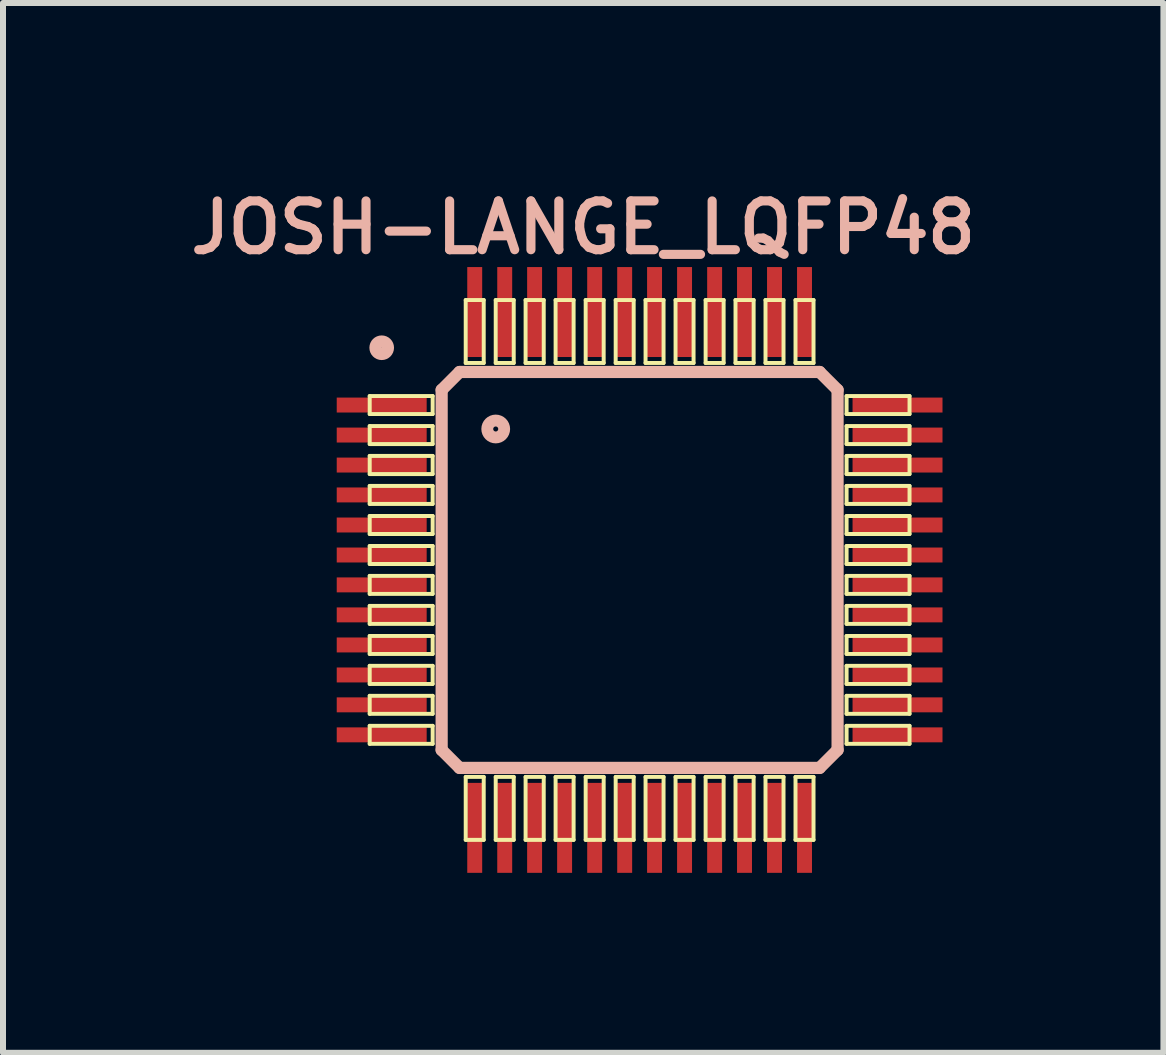
<source format=kicad_pcb>
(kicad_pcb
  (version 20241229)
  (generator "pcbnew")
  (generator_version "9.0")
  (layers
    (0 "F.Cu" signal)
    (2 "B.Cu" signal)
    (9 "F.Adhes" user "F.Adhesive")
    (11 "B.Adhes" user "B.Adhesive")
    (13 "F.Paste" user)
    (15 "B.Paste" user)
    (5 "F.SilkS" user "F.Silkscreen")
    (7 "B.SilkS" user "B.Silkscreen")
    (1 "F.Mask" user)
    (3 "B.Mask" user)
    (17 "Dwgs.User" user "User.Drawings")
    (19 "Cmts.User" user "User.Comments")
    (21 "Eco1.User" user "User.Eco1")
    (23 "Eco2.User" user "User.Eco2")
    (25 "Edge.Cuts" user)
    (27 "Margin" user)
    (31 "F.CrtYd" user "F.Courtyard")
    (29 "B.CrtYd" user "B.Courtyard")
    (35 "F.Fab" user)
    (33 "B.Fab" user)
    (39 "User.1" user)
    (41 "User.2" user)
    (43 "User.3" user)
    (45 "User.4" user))
  (footprint "JOSH-LANGE_LQFP48"
    (layer "F.Cu")
    (at 7.609 6.448)
    (property "Reference" "JOSH-LANGE_LQFP48" (at -0.94 -5.705 0) (layer "B.SilkS") (effects (font (size 0.813 0.813) (thickness 0.152))))
    (attr smd)
    (fp_line (start -4.498 -2.898) (end -3.449 -2.898) (stroke (width 0.066) (type solid)) (layer "F.SilkS"))
    (fp_line (start -4.498 -2.598) (end -4.498 -2.898) (stroke (width 0.066) (type solid)) (layer "F.SilkS"))
    (fp_line (start -4.498 -2.598) (end -3.449 -2.598) (stroke (width 0.066) (type solid)) (layer "F.SilkS"))
    (fp_line (start -4.498 -2.398) (end -3.449 -2.398) (stroke (width 0.066) (type solid)) (layer "F.SilkS"))
    (fp_line (start -4.498 -2.098) (end -4.498 -2.398) (stroke (width 0.066) (type solid)) (layer "F.SilkS"))
    (fp_line (start -4.498 -2.098) (end -3.449 -2.098) (stroke (width 0.066) (type solid)) (layer "F.SilkS"))
    (fp_line (start -4.498 -1.9) (end -3.449 -1.9) (stroke (width 0.066) (type solid)) (layer "F.SilkS"))
    (fp_line (start -4.498 -1.598) (end -4.498 -1.9) (stroke (width 0.066) (type solid)) (layer "F.SilkS"))
    (fp_line (start -4.498 -1.598) (end -3.449 -1.598) (stroke (width 0.066) (type solid)) (layer "F.SilkS"))
    (fp_line (start -4.498 -1.4) (end -3.449 -1.4) (stroke (width 0.066) (type solid)) (layer "F.SilkS"))
    (fp_line (start -4.498 -1.1) (end -4.498 -1.4) (stroke (width 0.066) (type solid)) (layer "F.SilkS"))
    (fp_line (start -4.498 -1.1) (end -3.449 -1.1) (stroke (width 0.066) (type solid)) (layer "F.SilkS"))
    (fp_line (start -4.498 -0.899) (end -3.449 -0.899) (stroke (width 0.066) (type solid)) (layer "F.SilkS"))
    (fp_line (start -4.498 -0.599) (end -4.498 -0.899) (stroke (width 0.066) (type solid)) (layer "F.SilkS"))
    (fp_line (start -4.498 -0.599) (end -3.449 -0.599) (stroke (width 0.066) (type solid)) (layer "F.SilkS"))
    (fp_line (start -4.498 -0.399) (end -3.449 -0.399) (stroke (width 0.066) (type solid)) (layer "F.SilkS"))
    (fp_line (start -4.498 -0.099) (end -4.498 -0.399) (stroke (width 0.066) (type solid)) (layer "F.SilkS"))
    (fp_line (start -4.498 -0.099) (end -3.449 -0.099) (stroke (width 0.066) (type solid)) (layer "F.SilkS"))
    (fp_line (start -4.498 0.099) (end -3.449 0.099) (stroke (width 0.066) (type solid)) (layer "F.SilkS"))
    (fp_line (start -4.498 0.399) (end -4.498 0.099) (stroke (width 0.066) (type solid)) (layer "F.SilkS"))
    (fp_line (start -4.498 0.399) (end -3.449 0.399) (stroke (width 0.066) (type solid)) (layer "F.SilkS"))
    (fp_line (start -4.498 0.599) (end -3.449 0.599) (stroke (width 0.066) (type solid)) (layer "F.SilkS"))
    (fp_line (start -4.498 0.899) (end -4.498 0.599) (stroke (width 0.066) (type solid)) (layer "F.SilkS"))
    (fp_line (start -4.498 0.899) (end -3.449 0.899) (stroke (width 0.066) (type solid)) (layer "F.SilkS"))
    (fp_line (start -4.498 1.1) (end -3.449 1.1) (stroke (width 0.066) (type solid)) (layer "F.SilkS"))
    (fp_line (start -4.498 1.4) (end -4.498 1.1) (stroke (width 0.066) (type solid)) (layer "F.SilkS"))
    (fp_line (start -4.498 1.4) (end -3.449 1.4) (stroke (width 0.066) (type solid)) (layer "F.SilkS"))
    (fp_line (start -4.498 1.598) (end -3.449 1.598) (stroke (width 0.066) (type solid)) (layer "F.SilkS"))
    (fp_line (start -4.498 1.9) (end -4.498 1.598) (stroke (width 0.066) (type solid)) (layer "F.SilkS"))
    (fp_line (start -4.498 1.9) (end -3.449 1.9) (stroke (width 0.066) (type solid)) (layer "F.SilkS"))
    (fp_line (start -4.498 2.098) (end -3.449 2.098) (stroke (width 0.066) (type solid)) (layer "F.SilkS"))
    (fp_line (start -4.498 2.398) (end -4.498 2.098) (stroke (width 0.066) (type solid)) (layer "F.SilkS"))
    (fp_line (start -4.498 2.398) (end -3.449 2.398) (stroke (width 0.066) (type solid)) (layer "F.SilkS"))
    (fp_line (start -4.498 2.598) (end -3.449 2.598) (stroke (width 0.066) (type solid)) (layer "F.SilkS"))
    (fp_line (start -4.498 2.898) (end -4.498 2.598) (stroke (width 0.066) (type solid)) (layer "F.SilkS"))
    (fp_line (start -4.498 2.898) (end -3.449 2.898) (stroke (width 0.066) (type solid)) (layer "F.SilkS"))
    (fp_line (start -3.449 -2.598) (end -3.449 -2.898) (stroke (width 0.066) (type solid)) (layer "F.SilkS"))
    (fp_line (start -3.449 -2.098) (end -3.449 -2.398) (stroke (width 0.066) (type solid)) (layer "F.SilkS"))
    (fp_line (start -3.449 -1.598) (end -3.449 -1.9) (stroke (width 0.066) (type solid)) (layer "F.SilkS"))
    (fp_line (start -3.449 -1.1) (end -3.449 -1.4) (stroke (width 0.066) (type solid)) (layer "F.SilkS"))
    (fp_line (start -3.449 -0.599) (end -3.449 -0.899) (stroke (width 0.066) (type solid)) (layer "F.SilkS"))
    (fp_line (start -3.449 -0.099) (end -3.449 -0.399) (stroke (width 0.066) (type solid)) (layer "F.SilkS"))
    (fp_line (start -3.449 0.399) (end -3.449 0.099) (stroke (width 0.066) (type solid)) (layer "F.SilkS"))
    (fp_line (start -3.449 0.899) (end -3.449 0.599) (stroke (width 0.066) (type solid)) (layer "F.SilkS"))
    (fp_line (start -3.449 1.4) (end -3.449 1.1) (stroke (width 0.066) (type solid)) (layer "F.SilkS"))
    (fp_line (start -3.449 1.9) (end -3.449 1.598) (stroke (width 0.066) (type solid)) (layer "F.SilkS"))
    (fp_line (start -3.449 2.398) (end -3.449 2.098) (stroke (width 0.066) (type solid)) (layer "F.SilkS"))
    (fp_line (start -3.449 2.898) (end -3.449 2.598) (stroke (width 0.066) (type solid)) (layer "F.SilkS"))
    (fp_line (start -2.898 -4.498) (end -2.598 -4.498) (stroke (width 0.066) (type solid)) (layer "F.SilkS"))
    (fp_line (start -2.898 -3.449) (end -2.898 -4.498) (stroke (width 0.066) (type solid)) (layer "F.SilkS"))
    (fp_line (start -2.898 -3.449) (end -2.598 -3.449) (stroke (width 0.066) (type solid)) (layer "F.SilkS"))
    (fp_line (start -2.898 3.449) (end -2.598 3.449) (stroke (width 0.066) (type solid)) (layer "F.SilkS"))
    (fp_line (start -2.898 4.498) (end -2.898 3.449) (stroke (width 0.066) (type solid)) (layer "F.SilkS"))
    (fp_line (start -2.898 4.498) (end -2.598 4.498) (stroke (width 0.066) (type solid)) (layer "F.SilkS"))
    (fp_line (start -2.598 -3.449) (end -2.598 -4.498) (stroke (width 0.066) (type solid)) (layer "F.SilkS"))
    (fp_line (start -2.598 4.498) (end -2.598 3.449) (stroke (width 0.066) (type solid)) (layer "F.SilkS"))
    (fp_line (start -2.398 -4.498) (end -2.098 -4.498) (stroke (width 0.066) (type solid)) (layer "F.SilkS"))
    (fp_line (start -2.398 -3.449) (end -2.398 -4.498) (stroke (width 0.066) (type solid)) (layer "F.SilkS"))
    (fp_line (start -2.398 -3.449) (end -2.098 -3.449) (stroke (width 0.066) (type solid)) (layer "F.SilkS"))
    (fp_line (start -2.398 3.449) (end -2.098 3.449) (stroke (width 0.066) (type solid)) (layer "F.SilkS"))
    (fp_line (start -2.398 4.498) (end -2.398 3.449) (stroke (width 0.066) (type solid)) (layer "F.SilkS"))
    (fp_line (start -2.398 4.498) (end -2.098 4.498) (stroke (width 0.066) (type solid)) (layer "F.SilkS"))
    (fp_line (start -2.098 -3.449) (end -2.098 -4.498) (stroke (width 0.066) (type solid)) (layer "F.SilkS"))
    (fp_line (start -2.098 4.498) (end -2.098 3.449) (stroke (width 0.066) (type solid)) (layer "F.SilkS"))
    (fp_line (start -1.9 -4.498) (end -1.598 -4.498) (stroke (width 0.066) (type solid)) (layer "F.SilkS"))
    (fp_line (start -1.9 -3.449) (end -1.9 -4.498) (stroke (width 0.066) (type solid)) (layer "F.SilkS"))
    (fp_line (start -1.9 -3.449) (end -1.598 -3.449) (stroke (width 0.066) (type solid)) (layer "F.SilkS"))
    (fp_line (start -1.9 3.449) (end -1.598 3.449) (stroke (width 0.066) (type solid)) (layer "F.SilkS"))
    (fp_line (start -1.9 4.498) (end -1.9 3.449) (stroke (width 0.066) (type solid)) (layer "F.SilkS"))
    (fp_line (start -1.9 4.498) (end -1.598 4.498) (stroke (width 0.066) (type solid)) (layer "F.SilkS"))
    (fp_line (start -1.598 -3.449) (end -1.598 -4.498) (stroke (width 0.066) (type solid)) (layer "F.SilkS"))
    (fp_line (start -1.598 4.498) (end -1.598 3.449) (stroke (width 0.066) (type solid)) (layer "F.SilkS"))
    (fp_line (start -1.4 -4.498) (end -1.1 -4.498) (stroke (width 0.066) (type solid)) (layer "F.SilkS"))
    (fp_line (start -1.4 -3.449) (end -1.4 -4.498) (stroke (width 0.066) (type solid)) (layer "F.SilkS"))
    (fp_line (start -1.4 -3.449) (end -1.1 -3.449) (stroke (width 0.066) (type solid)) (layer "F.SilkS"))
    (fp_line (start -1.4 3.449) (end -1.1 3.449) (stroke (width 0.066) (type solid)) (layer "F.SilkS"))
    (fp_line (start -1.4 4.498) (end -1.4 3.449) (stroke (width 0.066) (type solid)) (layer "F.SilkS"))
    (fp_line (start -1.4 4.498) (end -1.1 4.498) (stroke (width 0.066) (type solid)) (layer "F.SilkS"))
    (fp_line (start -1.1 -3.449) (end -1.1 -4.498) (stroke (width 0.066) (type solid)) (layer "F.SilkS"))
    (fp_line (start -1.1 4.498) (end -1.1 3.449) (stroke (width 0.066) (type solid)) (layer "F.SilkS"))
    (fp_line (start -0.899 -4.498) (end -0.599 -4.498) (stroke (width 0.066) (type solid)) (layer "F.SilkS"))
    (fp_line (start -0.899 -3.449) (end -0.899 -4.498) (stroke (width 0.066) (type solid)) (layer "F.SilkS"))
    (fp_line (start -0.899 -3.449) (end -0.599 -3.449) (stroke (width 0.066) (type solid)) (layer "F.SilkS"))
    (fp_line (start -0.899 3.449) (end -0.599 3.449) (stroke (width 0.066) (type solid)) (layer "F.SilkS"))
    (fp_line (start -0.899 4.498) (end -0.899 3.449) (stroke (width 0.066) (type solid)) (layer "F.SilkS"))
    (fp_line (start -0.899 4.498) (end -0.599 4.498) (stroke (width 0.066) (type solid)) (layer "F.SilkS"))
    (fp_line (start -0.599 -3.449) (end -0.599 -4.498) (stroke (width 0.066) (type solid)) (layer "F.SilkS"))
    (fp_line (start -0.599 4.498) (end -0.599 3.449) (stroke (width 0.066) (type solid)) (layer "F.SilkS"))
    (fp_line (start -0.399 -4.498) (end -0.099 -4.498) (stroke (width 0.066) (type solid)) (layer "F.SilkS"))
    (fp_line (start -0.399 -3.449) (end -0.399 -4.498) (stroke (width 0.066) (type solid)) (layer "F.SilkS"))
    (fp_line (start -0.399 -3.449) (end -0.099 -3.449) (stroke (width 0.066) (type solid)) (layer "F.SilkS"))
    (fp_line (start -0.399 3.449) (end -0.099 3.449) (stroke (width 0.066) (type solid)) (layer "F.SilkS"))
    (fp_line (start -0.399 4.498) (end -0.399 3.449) (stroke (width 0.066) (type solid)) (layer "F.SilkS"))
    (fp_line (start -0.399 4.498) (end -0.099 4.498) (stroke (width 0.066) (type solid)) (layer "F.SilkS"))
    (fp_line (start -0.099 -3.449) (end -0.099 -4.498) (stroke (width 0.066) (type solid)) (layer "F.SilkS"))
    (fp_line (start -0.099 4.498) (end -0.099 3.449) (stroke (width 0.066) (type solid)) (layer "F.SilkS"))
    (fp_line (start 0.099 -4.498) (end 0.399 -4.498) (stroke (width 0.066) (type solid)) (layer "F.SilkS"))
    (fp_line (start 0.099 -3.449) (end 0.099 -4.498) (stroke (width 0.066) (type solid)) (layer "F.SilkS"))
    (fp_line (start 0.099 -3.449) (end 0.399 -3.449) (stroke (width 0.066) (type solid)) (layer "F.SilkS"))
    (fp_line (start 0.099 3.449) (end 0.399 3.449) (stroke (width 0.066) (type solid)) (layer "F.SilkS"))
    (fp_line (start 0.099 4.498) (end 0.099 3.449) (stroke (width 0.066) (type solid)) (layer "F.SilkS"))
    (fp_line (start 0.099 4.498) (end 0.399 4.498) (stroke (width 0.066) (type solid)) (layer "F.SilkS"))
    (fp_line (start 0.399 -3.449) (end 0.399 -4.498) (stroke (width 0.066) (type solid)) (layer "F.SilkS"))
    (fp_line (start 0.399 4.498) (end 0.399 3.449) (stroke (width 0.066) (type solid)) (layer "F.SilkS"))
    (fp_line (start 0.599 -4.498) (end 0.899 -4.498) (stroke (width 0.066) (type solid)) (layer "F.SilkS"))
    (fp_line (start 0.599 -3.449) (end 0.599 -4.498) (stroke (width 0.066) (type solid)) (layer "F.SilkS"))
    (fp_line (start 0.599 -3.449) (end 0.899 -3.449) (stroke (width 0.066) (type solid)) (layer "F.SilkS"))
    (fp_line (start 0.599 3.449) (end 0.899 3.449) (stroke (width 0.066) (type solid)) (layer "F.SilkS"))
    (fp_line (start 0.599 4.498) (end 0.599 3.449) (stroke (width 0.066) (type solid)) (layer "F.SilkS"))
    (fp_line (start 0.599 4.498) (end 0.899 4.498) (stroke (width 0.066) (type solid)) (layer "F.SilkS"))
    (fp_line (start 0.899 -3.449) (end 0.899 -4.498) (stroke (width 0.066) (type solid)) (layer "F.SilkS"))
    (fp_line (start 0.899 4.498) (end 0.899 3.449) (stroke (width 0.066) (type solid)) (layer "F.SilkS"))
    (fp_line (start 1.1 -4.498) (end 1.4 -4.498) (stroke (width 0.066) (type solid)) (layer "F.SilkS"))
    (fp_line (start 1.1 -3.449) (end 1.1 -4.498) (stroke (width 0.066) (type solid)) (layer "F.SilkS"))
    (fp_line (start 1.1 -3.449) (end 1.4 -3.449) (stroke (width 0.066) (type solid)) (layer "F.SilkS"))
    (fp_line (start 1.1 3.449) (end 1.4 3.449) (stroke (width 0.066) (type solid)) (layer "F.SilkS"))
    (fp_line (start 1.1 4.498) (end 1.1 3.449) (stroke (width 0.066) (type solid)) (layer "F.SilkS"))
    (fp_line (start 1.1 4.498) (end 1.4 4.498) (stroke (width 0.066) (type solid)) (layer "F.SilkS"))
    (fp_line (start 1.4 -3.449) (end 1.4 -4.498) (stroke (width 0.066) (type solid)) (layer "F.SilkS"))
    (fp_line (start 1.4 4.498) (end 1.4 3.449) (stroke (width 0.066) (type solid)) (layer "F.SilkS"))
    (fp_line (start 1.598 -4.498) (end 1.9 -4.498) (stroke (width 0.066) (type solid)) (layer "F.SilkS"))
    (fp_line (start 1.598 -3.449) (end 1.598 -4.498) (stroke (width 0.066) (type solid)) (layer "F.SilkS"))
    (fp_line (start 1.598 -3.449) (end 1.9 -3.449) (stroke (width 0.066) (type solid)) (layer "F.SilkS"))
    (fp_line (start 1.598 3.449) (end 1.9 3.449) (stroke (width 0.066) (type solid)) (layer "F.SilkS"))
    (fp_line (start 1.598 4.498) (end 1.598 3.449) (stroke (width 0.066) (type solid)) (layer "F.SilkS"))
    (fp_line (start 1.598 4.498) (end 1.9 4.498) (stroke (width 0.066) (type solid)) (layer "F.SilkS"))
    (fp_line (start 1.9 -3.449) (end 1.9 -4.498) (stroke (width 0.066) (type solid)) (layer "F.SilkS"))
    (fp_line (start 1.9 4.498) (end 1.9 3.449) (stroke (width 0.066) (type solid)) (layer "F.SilkS"))
    (fp_line (start 2.098 -4.498) (end 2.398 -4.498) (stroke (width 0.066) (type solid)) (layer "F.SilkS"))
    (fp_line (start 2.098 -3.449) (end 2.098 -4.498) (stroke (width 0.066) (type solid)) (layer "F.SilkS"))
    (fp_line (start 2.098 -3.449) (end 2.398 -3.449) (stroke (width 0.066) (type solid)) (layer "F.SilkS"))
    (fp_line (start 2.098 3.449) (end 2.398 3.449) (stroke (width 0.066) (type solid)) (layer "F.SilkS"))
    (fp_line (start 2.098 4.498) (end 2.098 3.449) (stroke (width 0.066) (type solid)) (layer "F.SilkS"))
    (fp_line (start 2.098 4.498) (end 2.398 4.498) (stroke (width 0.066) (type solid)) (layer "F.SilkS"))
    (fp_line (start 2.398 -3.449) (end 2.398 -4.498) (stroke (width 0.066) (type solid)) (layer "F.SilkS"))
    (fp_line (start 2.398 4.498) (end 2.398 3.449) (stroke (width 0.066) (type solid)) (layer "F.SilkS"))
    (fp_line (start 2.598 -4.498) (end 2.898 -4.498) (stroke (width 0.066) (type solid)) (layer "F.SilkS"))
    (fp_line (start 2.598 -3.449) (end 2.598 -4.498) (stroke (width 0.066) (type solid)) (layer "F.SilkS"))
    (fp_line (start 2.598 -3.449) (end 2.898 -3.449) (stroke (width 0.066) (type solid)) (layer "F.SilkS"))
    (fp_line (start 2.598 3.449) (end 2.898 3.449) (stroke (width 0.066) (type solid)) (layer "F.SilkS"))
    (fp_line (start 2.598 4.498) (end 2.598 3.449) (stroke (width 0.066) (type solid)) (layer "F.SilkS"))
    (fp_line (start 2.598 4.498) (end 2.898 4.498) (stroke (width 0.066) (type solid)) (layer "F.SilkS"))
    (fp_line (start 2.898 -3.449) (end 2.898 -4.498) (stroke (width 0.066) (type solid)) (layer "F.SilkS"))
    (fp_line (start 2.898 4.498) (end 2.898 3.449) (stroke (width 0.066) (type solid)) (layer "F.SilkS"))
    (fp_line (start 3.449 -2.898) (end 4.498 -2.898) (stroke (width 0.066) (type solid)) (layer "F.SilkS"))
    (fp_line (start 3.449 -2.598) (end 3.449 -2.898) (stroke (width 0.066) (type solid)) (layer "F.SilkS"))
    (fp_line (start 3.449 -2.598) (end 4.498 -2.598) (stroke (width 0.066) (type solid)) (layer "F.SilkS"))
    (fp_line (start 3.449 -2.398) (end 4.498 -2.398) (stroke (width 0.066) (type solid)) (layer "F.SilkS"))
    (fp_line (start 3.449 -2.098) (end 3.449 -2.398) (stroke (width 0.066) (type solid)) (layer "F.SilkS"))
    (fp_line (start 3.449 -2.098) (end 4.498 -2.098) (stroke (width 0.066) (type solid)) (layer "F.SilkS"))
    (fp_line (start 3.449 -1.9) (end 4.498 -1.9) (stroke (width 0.066) (type solid)) (layer "F.SilkS"))
    (fp_line (start 3.449 -1.598) (end 3.449 -1.9) (stroke (width 0.066) (type solid)) (layer "F.SilkS"))
    (fp_line (start 3.449 -1.598) (end 4.498 -1.598) (stroke (width 0.066) (type solid)) (layer "F.SilkS"))
    (fp_line (start 3.449 -1.4) (end 4.498 -1.4) (stroke (width 0.066) (type solid)) (layer "F.SilkS"))
    (fp_line (start 3.449 -1.1) (end 3.449 -1.4) (stroke (width 0.066) (type solid)) (layer "F.SilkS"))
    (fp_line (start 3.449 -1.1) (end 4.498 -1.1) (stroke (width 0.066) (type solid)) (layer "F.SilkS"))
    (fp_line (start 3.449 -0.899) (end 4.498 -0.899) (stroke (width 0.066) (type solid)) (layer "F.SilkS"))
    (fp_line (start 3.449 -0.599) (end 3.449 -0.899) (stroke (width 0.066) (type solid)) (layer "F.SilkS"))
    (fp_line (start 3.449 -0.599) (end 4.498 -0.599) (stroke (width 0.066) (type solid)) (layer "F.SilkS"))
    (fp_line (start 3.449 -0.399) (end 4.498 -0.399) (stroke (width 0.066) (type solid)) (layer "F.SilkS"))
    (fp_line (start 3.449 -0.099) (end 3.449 -0.399) (stroke (width 0.066) (type solid)) (layer "F.SilkS"))
    (fp_line (start 3.449 -0.099) (end 4.498 -0.099) (stroke (width 0.066) (type solid)) (layer "F.SilkS"))
    (fp_line (start 3.449 0.099) (end 4.498 0.099) (stroke (width 0.066) (type solid)) (layer "F.SilkS"))
    (fp_line (start 3.449 0.399) (end 3.449 0.099) (stroke (width 0.066) (type solid)) (layer "F.SilkS"))
    (fp_line (start 3.449 0.399) (end 4.498 0.399) (stroke (width 0.066) (type solid)) (layer "F.SilkS"))
    (fp_line (start 3.449 0.599) (end 4.498 0.599) (stroke (width 0.066) (type solid)) (layer "F.SilkS"))
    (fp_line (start 3.449 0.899) (end 3.449 0.599) (stroke (width 0.066) (type solid)) (layer "F.SilkS"))
    (fp_line (start 3.449 0.899) (end 4.498 0.899) (stroke (width 0.066) (type solid)) (layer "F.SilkS"))
    (fp_line (start 3.449 1.1) (end 4.498 1.1) (stroke (width 0.066) (type solid)) (layer "F.SilkS"))
    (fp_line (start 3.449 1.4) (end 3.449 1.1) (stroke (width 0.066) (type solid)) (layer "F.SilkS"))
    (fp_line (start 3.449 1.4) (end 4.498 1.4) (stroke (width 0.066) (type solid)) (layer "F.SilkS"))
    (fp_line (start 3.449 1.598) (end 4.498 1.598) (stroke (width 0.066) (type solid)) (layer "F.SilkS"))
    (fp_line (start 3.449 1.9) (end 3.449 1.598) (stroke (width 0.066) (type solid)) (layer "F.SilkS"))
    (fp_line (start 3.449 1.9) (end 4.498 1.9) (stroke (width 0.066) (type solid)) (layer "F.SilkS"))
    (fp_line (start 3.449 2.098) (end 4.498 2.098) (stroke (width 0.066) (type solid)) (layer "F.SilkS"))
    (fp_line (start 3.449 2.398) (end 3.449 2.098) (stroke (width 0.066) (type solid)) (layer "F.SilkS"))
    (fp_line (start 3.449 2.398) (end 4.498 2.398) (stroke (width 0.066) (type solid)) (layer "F.SilkS"))
    (fp_line (start 3.449 2.598) (end 4.498 2.598) (stroke (width 0.066) (type solid)) (layer "F.SilkS"))
    (fp_line (start 3.449 2.898) (end 3.449 2.598) (stroke (width 0.066) (type solid)) (layer "F.SilkS"))
    (fp_line (start 3.449 2.898) (end 4.498 2.898) (stroke (width 0.066) (type solid)) (layer "F.SilkS"))
    (fp_line (start 4.498 -2.598) (end 4.498 -2.898) (stroke (width 0.066) (type solid)) (layer "F.SilkS"))
    (fp_line (start 4.498 -2.098) (end 4.498 -2.398) (stroke (width 0.066) (type solid)) (layer "F.SilkS"))
    (fp_line (start 4.498 -1.598) (end 4.498 -1.9) (stroke (width 0.066) (type solid)) (layer "F.SilkS"))
    (fp_line (start 4.498 -1.1) (end 4.498 -1.4) (stroke (width 0.066) (type solid)) (layer "F.SilkS"))
    (fp_line (start 4.498 -0.599) (end 4.498 -0.899) (stroke (width 0.066) (type solid)) (layer "F.SilkS"))
    (fp_line (start 4.498 -0.099) (end 4.498 -0.399) (stroke (width 0.066) (type solid)) (layer "F.SilkS"))
    (fp_line (start 4.498 0.399) (end 4.498 0.099) (stroke (width 0.066) (type solid)) (layer "F.SilkS"))
    (fp_line (start 4.498 0.899) (end 4.498 0.599) (stroke (width 0.066) (type solid)) (layer "F.SilkS"))
    (fp_line (start 4.498 1.4) (end 4.498 1.1) (stroke (width 0.066) (type solid)) (layer "F.SilkS"))
    (fp_line (start 4.498 1.9) (end 4.498 1.598) (stroke (width 0.066) (type solid)) (layer "F.SilkS"))
    (fp_line (start 4.498 2.398) (end 4.498 2.098) (stroke (width 0.066) (type solid)) (layer "F.SilkS"))
    (fp_line (start 4.498 2.898) (end 4.498 2.598) (stroke (width 0.066) (type solid)) (layer "F.SilkS"))
    (fp_line (start -3.299 -3) (end -3.299 3) (stroke (width 0.203) (type solid)) (layer "B.SilkS"))
    (fp_line (start -3.299 3) (end -3 3.299) (stroke (width 0.203) (type solid)) (layer "B.SilkS"))
    (fp_line (start -3 -3.299) (end -3.299 -3) (stroke (width 0.203) (type solid)) (layer "B.SilkS"))
    (fp_line (start -3 3.299) (end 3 3.299) (stroke (width 0.203) (type solid)) (layer "B.SilkS"))
    (fp_line (start 3 -3.299) (end -3 -3.299) (stroke (width 0.203) (type solid)) (layer "B.SilkS"))
    (fp_line (start 3 3.299) (end 3.299 3) (stroke (width 0.203) (type solid)) (layer "B.SilkS"))
    (fp_line (start 3.299 -3) (end 3 -3.299) (stroke (width 0.203) (type solid)) (layer "B.SilkS"))
    (fp_line (start 3.299 3) (end 3.299 -3) (stroke (width 0.203) (type solid)) (layer "B.SilkS"))
    (fp_circle (center -4.298 -3.703) (end -4.371 -3.777) (stroke (width 0.203) (type solid)) (fill no) (layer "B.SilkS"))
    (fp_circle (center -2.398 -2.349) (end -2.497 -2.449) (stroke (width 0.198) (type solid)) (fill no) (layer "B.SilkS"))
    (pad "1" smd rect (at -4.298 -2.748) (size 1.499 0.249) (layers "F.Cu" "F.Mask" "F.Paste"))
    (pad "2" smd rect (at -4.298 -2.248) (size 1.499 0.249) (layers "F.Cu" "F.Mask" "F.Paste"))
    (pad "3" smd rect (at -4.298 -1.748) (size 1.499 0.249) (layers "F.Cu" "F.Mask" "F.Paste"))
    (pad "4" smd rect (at -4.298 -1.25) (size 1.499 0.249) (layers "F.Cu" "F.Mask" "F.Paste"))
    (pad "5" smd rect (at -4.298 -0.749) (size 1.499 0.249) (layers "F.Cu" "F.Mask" "F.Paste"))
    (pad "6" smd rect (at -4.298 -0.249) (size 1.499 0.249) (layers "F.Cu" "F.Mask" "F.Paste"))
    (pad "7" smd rect (at -4.298 0.249) (size 1.499 0.249) (layers "F.Cu" "F.Mask" "F.Paste"))
    (pad "8" smd rect (at -4.298 0.749) (size 1.499 0.249) (layers "F.Cu" "F.Mask" "F.Paste"))
    (pad "9" smd rect (at -4.298 1.25) (size 1.499 0.249) (layers "F.Cu" "F.Mask" "F.Paste"))
    (pad "10" smd rect (at -4.298 1.75) (size 1.499 0.249) (layers "F.Cu" "F.Mask" "F.Paste"))
    (pad "11" smd rect (at -4.298 2.248) (size 1.499 0.249) (layers "F.Cu" "F.Mask" "F.Paste"))
    (pad "12" smd rect (at -4.298 2.748) (size 1.499 0.249) (layers "F.Cu" "F.Mask" "F.Paste"))
    (pad "13" smd rect (at -2.748 4.298) (size 0.249 1.499) (layers "F.Cu" "F.Mask" "F.Paste"))
    (pad "14" smd rect (at -2.248 4.298) (size 0.249 1.499) (layers "F.Cu" "F.Mask" "F.Paste"))
    (pad "15" smd rect (at -1.75 4.298) (size 0.249 1.499) (layers "F.Cu" "F.Mask" "F.Paste"))
    (pad "16" smd rect (at -1.25 4.298) (size 0.249 1.499) (layers "F.Cu" "F.Mask" "F.Paste"))
    (pad "17" smd rect (at -0.749 4.298) (size 0.249 1.499) (layers "F.Cu" "F.Mask" "F.Paste"))
    (pad "18" smd rect (at -0.249 4.298) (size 0.249 1.499) (layers "F.Cu" "F.Mask" "F.Paste"))
    (pad "19" smd rect (at 0.249 4.298) (size 0.249 1.499) (layers "F.Cu" "F.Mask" "F.Paste"))
    (pad "20" smd rect (at 0.749 4.298) (size 0.249 1.499) (layers "F.Cu" "F.Mask" "F.Paste"))
    (pad "21" smd rect (at 1.25 4.298) (size 0.249 1.499) (layers "F.Cu" "F.Mask" "F.Paste"))
    (pad "22" smd rect (at 1.748 4.298) (size 0.249 1.499) (layers "F.Cu" "F.Mask" "F.Paste"))
    (pad "23" smd rect (at 2.248 4.298) (size 0.249 1.499) (layers "F.Cu" "F.Mask" "F.Paste"))
    (pad "24" smd rect (at 2.748 4.298) (size 0.249 1.499) (layers "F.Cu" "F.Mask" "F.Paste"))
    (pad "25" smd rect (at 4.298 2.748) (size 1.499 0.249) (layers "F.Cu" "F.Mask" "F.Paste"))
    (pad "26" smd rect (at 4.298 2.248) (size 1.499 0.249) (layers "F.Cu" "F.Mask" "F.Paste"))
    (pad "27" smd rect (at 4.298 1.75) (size 1.499 0.249) (layers "F.Cu" "F.Mask" "F.Paste"))
    (pad "28" smd rect (at 4.298 1.25) (size 1.499 0.249) (layers "F.Cu" "F.Mask" "F.Paste"))
    (pad "29" smd rect (at 4.298 0.749) (size 1.499 0.249) (layers "F.Cu" "F.Mask" "F.Paste"))
    (pad "30" smd rect (at 4.298 0.249) (size 1.499 0.249) (layers "F.Cu" "F.Mask" "F.Paste"))
    (pad "31" smd rect (at 4.298 -0.249) (size 1.499 0.249) (layers "F.Cu" "F.Mask" "F.Paste"))
    (pad "32" smd rect (at 4.298 -0.749) (size 1.499 0.249) (layers "F.Cu" "F.Mask" "F.Paste"))
    (pad "33" smd rect (at 4.298 -1.25) (size 1.499 0.249) (layers "F.Cu" "F.Mask" "F.Paste"))
    (pad "34" smd rect (at 4.298 -1.748) (size 1.499 0.249) (layers "F.Cu" "F.Mask" "F.Paste"))
    (pad "35" smd rect (at 4.298 -2.248) (size 1.499 0.249) (layers "F.Cu" "F.Mask" "F.Paste"))
    (pad "36" smd rect (at 4.298 -2.748) (size 1.499 0.249) (layers "F.Cu" "F.Mask" "F.Paste"))
    (pad "37" smd rect (at 2.748 -4.298) (size 0.249 1.499) (layers "F.Cu" "F.Mask" "F.Paste"))
    (pad "38" smd rect (at 2.248 -4.298) (size 0.249 1.499) (layers "F.Cu" "F.Mask" "F.Paste"))
    (pad "39" smd rect (at 1.748 -4.298) (size 0.249 1.499) (layers "F.Cu" "F.Mask" "F.Paste"))
    (pad "40" smd rect (at 1.25 -4.298) (size 0.249 1.499) (layers "F.Cu" "F.Mask" "F.Paste"))
    (pad "41" smd rect (at 0.749 -4.298) (size 0.249 1.499) (layers "F.Cu" "F.Mask" "F.Paste"))
    (pad "42" smd rect (at 0.249 -4.298) (size 0.249 1.499) (layers "F.Cu" "F.Mask" "F.Paste"))
    (pad "43" smd rect (at -0.249 -4.298) (size 0.249 1.499) (layers "F.Cu" "F.Mask" "F.Paste"))
    (pad "44" smd rect (at -0.749 -4.298) (size 0.249 1.499) (layers "F.Cu" "F.Mask" "F.Paste"))
    (pad "45" smd rect (at -1.25 -4.298) (size 0.249 1.499) (layers "F.Cu" "F.Mask" "F.Paste"))
    (pad "46" smd rect (at -1.75 -4.298) (size 0.249 1.499) (layers "F.Cu" "F.Mask" "F.Paste"))
    (pad "47" smd rect (at -2.248 -4.298) (size 0.249 1.499) (layers "F.Cu" "F.Mask" "F.Paste"))
    (pad "48" smd rect (at -2.748 -4.298) (size 0.249 1.499) (layers "F.Cu" "F.Mask" "F.Paste")))
  (gr_rect
    (start -3 -3)
    (end 16.338 14.495)
    (stroke (width 0.1) (type default))
    (fill no)
    (layer "Edge.Cuts")))
</source>
